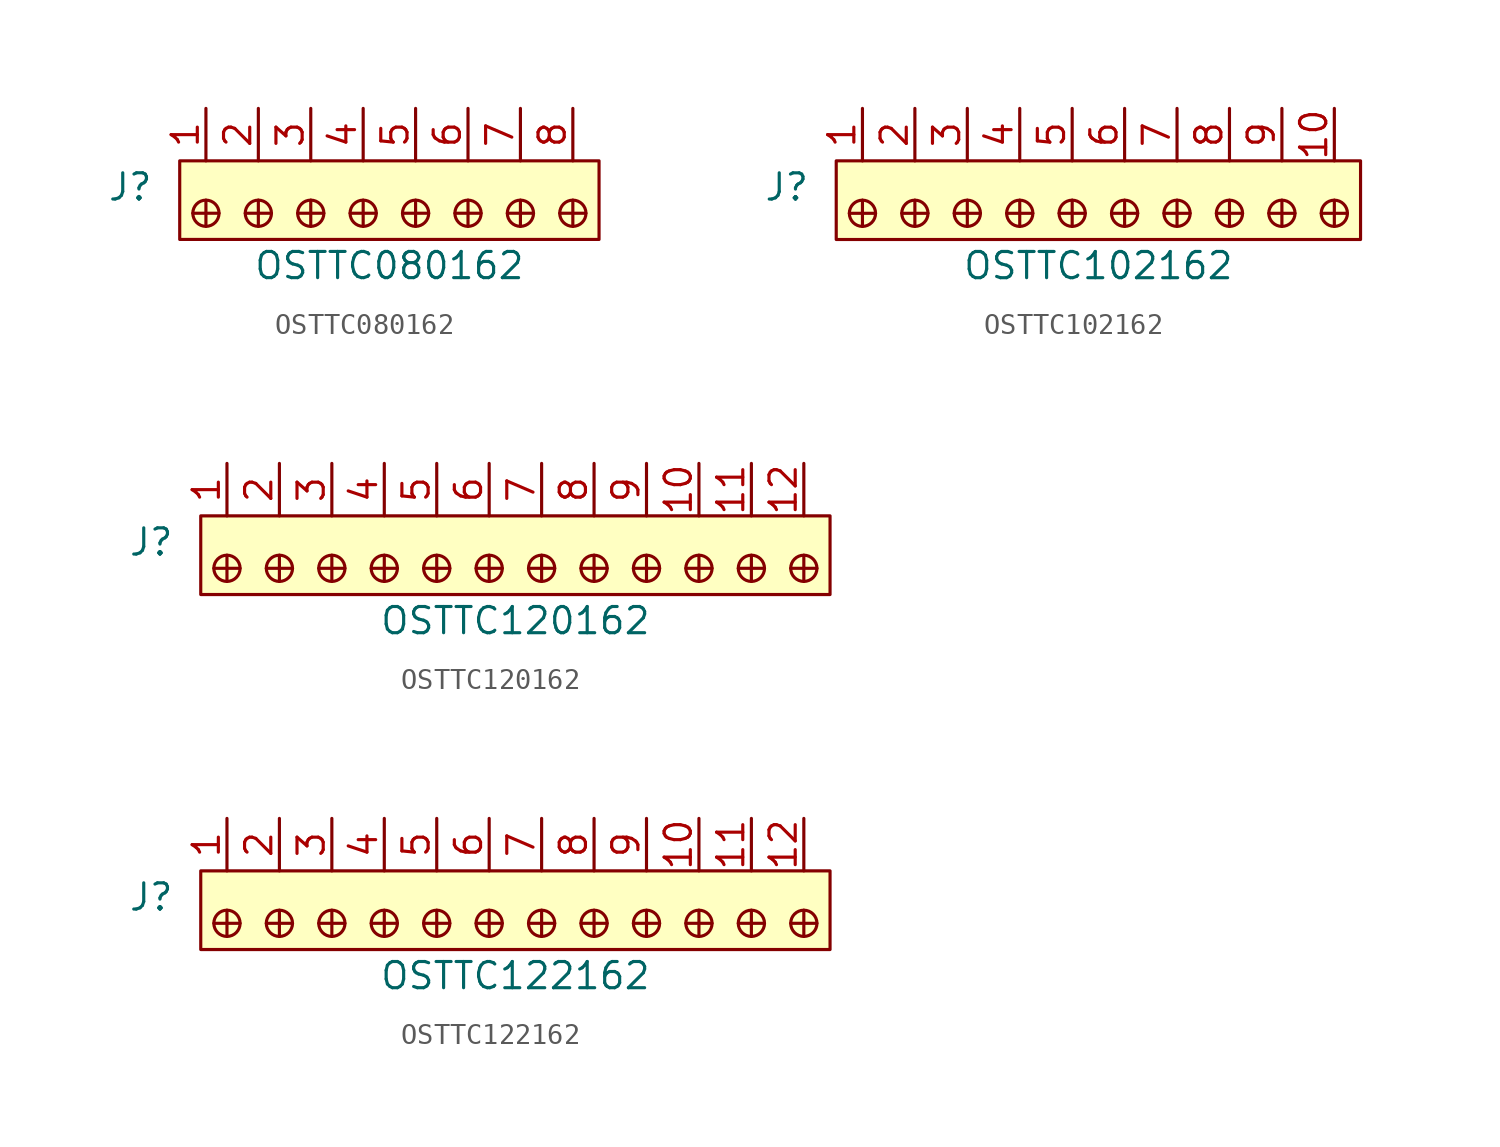
<source format=kicad_sym>
(kicad_symbol_lib
  (version 20220914)
  (generator kicad_symbol_editor)
  (symbol "OSTTC080162"
    (pin_names
      (offset 1.016))
    (property "Reference" "J"
      (at -2.54 -1.27 0)
      (effects (font (size 1.27 1.27)) (justify right)))
    (property "Value" "OSTTC080162"
      (at 8.89 -5.08 0)
      (effects (font (size 1.27 1.27))))
    (symbol "OSTTC080162_1_1"
      (rectangle (start -1.27 0) (end 19.05 -3.81) (stroke (width 0) (type solid)) (fill (type background)))
      (circle (center 0 -2.54) (radius 0.635) (stroke (width 0) (type solid)) (fill (type none)))
      (polyline (pts (xy 0 -1.905) (xy 0 -3.175)) (stroke (width 0) (type solid)) (fill (type none)))
      (polyline (pts (xy 0.635 -2.54) (xy -0.635 -2.54)) (stroke (width 0) (type solid)) (fill (type none)))
      (polyline (pts (xy 1.905 -2.54) (xy 3.175 -2.54)) (stroke (width 0) (type solid)) (fill (type none)))
      (polyline (pts (xy 2.54 -1.905) (xy 2.54 -3.175)) (stroke (width 0) (type solid)) (fill (type none)))
      (polyline (pts (xy 5.08 -1.905) (xy 5.08 -3.175)) (stroke (width 0) (type solid)) (fill (type none)))
      (polyline (pts (xy 5.715 -2.54) (xy 4.445 -2.54)) (stroke (width 0) (type solid)) (fill (type none)))
      (polyline (pts (xy 6.985 -2.54) (xy 8.255 -2.54)) (stroke (width 0) (type solid)) (fill (type none)))
      (polyline (pts (xy 7.62 -1.905) (xy 7.62 -3.175)) (stroke (width 0) (type solid)) (fill (type none)))
      (polyline (pts (xy 10.16 -1.905) (xy 10.16 -3.175)) (stroke (width 0) (type solid)) (fill (type none)))
      (polyline (pts (xy 10.795 -2.54) (xy 9.525 -2.54)) (stroke (width 0) (type solid)) (fill (type none)))
      (polyline (pts (xy 12.065 -2.54) (xy 13.335 -2.54)) (stroke (width 0) (type solid)) (fill (type none)))
      (polyline (pts (xy 12.7 -1.905) (xy 12.7 -3.175)) (stroke (width 0) (type solid)) (fill (type none)))
      (polyline (pts (xy 15.24 -1.905) (xy 15.24 -3.175)) (stroke (width 0) (type solid)) (fill (type none)))
      (polyline (pts (xy 15.875 -2.54) (xy 14.605 -2.54)) (stroke (width 0) (type solid)) (fill (type none)))
      (polyline (pts (xy 17.145 -2.54) (xy 18.415 -2.54)) (stroke (width 0) (type solid)) (fill (type none)))
      (polyline (pts (xy 17.78 -1.905) (xy 17.78 -3.175)) (stroke (width 0) (type solid)) (fill (type none)))
      (circle (center 2.54 -2.54) (radius 0.635) (stroke (width 0) (type solid)) (fill (type none)))
      (circle (center 5.08 -2.54) (radius 0.635) (stroke (width 0) (type solid)) (fill (type none)))
      (circle (center 7.62 -2.54) (radius 0.635) (stroke (width 0) (type solid)) (fill (type none)))
      (circle (center 10.16 -2.54) (radius 0.635) (stroke (width 0) (type solid)) (fill (type none)))
      (circle (center 12.7 -2.54) (radius 0.635) (stroke (width 0) (type solid)) (fill (type none)))
      (circle (center 15.24 -2.54) (radius 0.635) (stroke (width 0) (type solid)) (fill (type none)))
      (circle (center 17.78 -2.54) (radius 0.635) (stroke (width 0) (type solid)) (fill (type none)))
      (pin passive line (at 0 2.54 270) (length 2.54) (name "~" (effects (font (size 1.27 1.27)))) (number "1" (effects (font (size 1.27 1.27)))))
      (pin passive line (at 2.54 2.54 270) (length 2.54) (name "~" (effects (font (size 1.27 1.27)))) (number "2" (effects (font (size 1.27 1.27)))))
      (pin passive line (at 5.08 2.54 270) (length 2.54) (name "~" (effects (font (size 1.27 1.27)))) (number "3" (effects (font (size 1.27 1.27)))))
      (pin passive line (at 7.62 2.54 270) (length 2.54) (name "~" (effects (font (size 1.27 1.27)))) (number "4" (effects (font (size 1.27 1.27)))))
      (pin passive line (at 10.16 2.54 270) (length 2.54) (name "~" (effects (font (size 1.27 1.27)))) (number "5" (effects (font (size 1.27 1.27)))))
      (pin passive line (at 12.7 2.54 270) (length 2.54) (name "~" (effects (font (size 1.27 1.27)))) (number "6" (effects (font (size 1.27 1.27)))))
      (pin passive line (at 15.24 2.54 270) (length 2.54) (name "~" (effects (font (size 1.27 1.27)))) (number "7" (effects (font (size 1.27 1.27)))))
      (pin passive line (at 17.78 2.54 270) (length 2.54) (name "~" (effects (font (size 1.27 1.27)))) (number "8" (effects (font (size 1.27 1.27)))))))
  (symbol "OSTTC102162"
    (pin_names
      (offset 1.016))
    (property "Reference" "J"
      (at -2.54 -1.27 0)
      (effects (font (size 1.27 1.27)) (justify right)))
    (property "Value" "OSTTC102162"
      (at 11.43 -5.08 0)
      (effects (font (size 1.27 1.27))))
    (symbol "OSTTC102162_1_1"
      (rectangle (start -1.27 0) (end 24.13 -3.81) (stroke (width 0) (type solid)) (fill (type background)))
      (circle (center 0 -2.54) (radius 0.635) (stroke (width 0) (type solid)) (fill (type none)))
      (polyline (pts (xy 0 -1.905) (xy 0 -3.175)) (stroke (width 0) (type solid)) (fill (type none)))
      (polyline (pts (xy 0.635 -2.54) (xy -0.635 -2.54)) (stroke (width 0) (type solid)) (fill (type none)))
      (polyline (pts (xy 1.905 -2.54) (xy 3.175 -2.54)) (stroke (width 0) (type solid)) (fill (type none)))
      (polyline (pts (xy 2.54 -1.905) (xy 2.54 -3.175)) (stroke (width 0) (type solid)) (fill (type none)))
      (polyline (pts (xy 5.08 -1.905) (xy 5.08 -3.175)) (stroke (width 0) (type solid)) (fill (type none)))
      (polyline (pts (xy 5.715 -2.54) (xy 4.445 -2.54)) (stroke (width 0) (type solid)) (fill (type none)))
      (polyline (pts (xy 6.985 -2.54) (xy 8.255 -2.54)) (stroke (width 0) (type solid)) (fill (type none)))
      (polyline (pts (xy 7.62 -1.905) (xy 7.62 -3.175)) (stroke (width 0) (type solid)) (fill (type none)))
      (polyline (pts (xy 10.16 -1.905) (xy 10.16 -3.175)) (stroke (width 0) (type solid)) (fill (type none)))
      (polyline (pts (xy 10.795 -2.54) (xy 9.525 -2.54)) (stroke (width 0) (type solid)) (fill (type none)))
      (polyline (pts (xy 12.065 -2.54) (xy 13.335 -2.54)) (stroke (width 0) (type solid)) (fill (type none)))
      (polyline (pts (xy 12.7 -1.905) (xy 12.7 -3.175)) (stroke (width 0) (type solid)) (fill (type none)))
      (polyline (pts (xy 15.24 -1.905) (xy 15.24 -3.175)) (stroke (width 0) (type solid)) (fill (type none)))
      (polyline (pts (xy 15.875 -2.54) (xy 14.605 -2.54)) (stroke (width 0) (type solid)) (fill (type none)))
      (polyline (pts (xy 17.145 -2.54) (xy 18.415 -2.54)) (stroke (width 0) (type solid)) (fill (type none)))
      (polyline (pts (xy 17.78 -1.905) (xy 17.78 -3.175)) (stroke (width 0) (type solid)) (fill (type none)))
      (polyline (pts (xy 20.32 -1.905) (xy 20.32 -3.175)) (stroke (width 0) (type solid)) (fill (type none)))
      (polyline (pts (xy 20.955 -2.54) (xy 19.685 -2.54)) (stroke (width 0) (type solid)) (fill (type none)))
      (polyline (pts (xy 22.225 -2.54) (xy 23.495 -2.54)) (stroke (width 0) (type solid)) (fill (type none)))
      (polyline (pts (xy 22.86 -1.905) (xy 22.86 -3.175)) (stroke (width 0) (type solid)) (fill (type none)))
      (circle (center 2.54 -2.54) (radius 0.635) (stroke (width 0) (type solid)) (fill (type none)))
      (circle (center 5.08 -2.54) (radius 0.635) (stroke (width 0) (type solid)) (fill (type none)))
      (circle (center 7.62 -2.54) (radius 0.635) (stroke (width 0) (type solid)) (fill (type none)))
      (circle (center 10.16 -2.54) (radius 0.635) (stroke (width 0) (type solid)) (fill (type none)))
      (circle (center 12.7 -2.54) (radius 0.635) (stroke (width 0) (type solid)) (fill (type none)))
      (circle (center 15.24 -2.54) (radius 0.635) (stroke (width 0) (type solid)) (fill (type none)))
      (circle (center 17.78 -2.54) (radius 0.635) (stroke (width 0) (type solid)) (fill (type none)))
      (circle (center 20.32 -2.54) (radius 0.635) (stroke (width 0) (type solid)) (fill (type none)))
      (circle (center 22.86 -2.54) (radius 0.635) (stroke (width 0) (type solid)) (fill (type none)))
      (pin passive line (at 0 2.54 270) (length 2.54) (name "~" (effects (font (size 1.27 1.27)))) (number "1" (effects (font (size 1.27 1.27)))))
      (pin passive line (at 22.86 2.54 270) (length 2.54) (name "~" (effects (font (size 1.27 1.27)))) (number "10" (effects (font (size 1.27 1.27)))))
      (pin passive line (at 2.54 2.54 270) (length 2.54) (name "~" (effects (font (size 1.27 1.27)))) (number "2" (effects (font (size 1.27 1.27)))))
      (pin passive line (at 5.08 2.54 270) (length 2.54) (name "~" (effects (font (size 1.27 1.27)))) (number "3" (effects (font (size 1.27 1.27)))))
      (pin passive line (at 7.62 2.54 270) (length 2.54) (name "~" (effects (font (size 1.27 1.27)))) (number "4" (effects (font (size 1.27 1.27)))))
      (pin passive line (at 10.16 2.54 270) (length 2.54) (name "~" (effects (font (size 1.27 1.27)))) (number "5" (effects (font (size 1.27 1.27)))))
      (pin passive line (at 12.7 2.54 270) (length 2.54) (name "~" (effects (font (size 1.27 1.27)))) (number "6" (effects (font (size 1.27 1.27)))))
      (pin passive line (at 15.24 2.54 270) (length 2.54) (name "~" (effects (font (size 1.27 1.27)))) (number "7" (effects (font (size 1.27 1.27)))))
      (pin passive line (at 17.78 2.54 270) (length 2.54) (name "~" (effects (font (size 1.27 1.27)))) (number "8" (effects (font (size 1.27 1.27)))))
      (pin passive line (at 20.32 2.54 270) (length 2.54) (name "~" (effects (font (size 1.27 1.27)))) (number "9" (effects (font (size 1.27 1.27)))))))
  (symbol "OSTTC120162"
    (pin_names
      (offset 1.016))
    (property "Reference" "J"
      (at -2.54 -1.27 0)
      (effects (font (size 1.27 1.27)) (justify right)))
    (property "Value" "OSTTC120162"
      (at 13.97 -5.08 0)
      (effects (font (size 1.27 1.27))))
    (symbol "OSTTC120162_1_1"
      (rectangle (start -1.27 0) (end 29.21 -3.81) (stroke (width 0) (type solid)) (fill (type background)))
      (circle (center 0 -2.54) (radius 0.635) (stroke (width 0) (type solid)) (fill (type none)))
      (polyline (pts (xy 0 -1.905) (xy 0 -3.175)) (stroke (width 0) (type solid)) (fill (type none)))
      (polyline (pts (xy 0.635 -2.54) (xy -0.635 -2.54)) (stroke (width 0) (type solid)) (fill (type none)))
      (polyline (pts (xy 1.905 -2.54) (xy 3.175 -2.54)) (stroke (width 0) (type solid)) (fill (type none)))
      (polyline (pts (xy 2.54 -1.905) (xy 2.54 -3.175)) (stroke (width 0) (type solid)) (fill (type none)))
      (polyline (pts (xy 5.08 -1.905) (xy 5.08 -3.175)) (stroke (width 0) (type solid)) (fill (type none)))
      (polyline (pts (xy 5.715 -2.54) (xy 4.445 -2.54)) (stroke (width 0) (type solid)) (fill (type none)))
      (polyline (pts (xy 6.985 -2.54) (xy 8.255 -2.54)) (stroke (width 0) (type solid)) (fill (type none)))
      (polyline (pts (xy 7.62 -1.905) (xy 7.62 -3.175)) (stroke (width 0) (type solid)) (fill (type none)))
      (polyline (pts (xy 10.16 -1.905) (xy 10.16 -3.175)) (stroke (width 0) (type solid)) (fill (type none)))
      (polyline (pts (xy 10.795 -2.54) (xy 9.525 -2.54)) (stroke (width 0) (type solid)) (fill (type none)))
      (polyline (pts (xy 12.065 -2.54) (xy 13.335 -2.54)) (stroke (width 0) (type solid)) (fill (type none)))
      (polyline (pts (xy 12.7 -1.905) (xy 12.7 -3.175)) (stroke (width 0) (type solid)) (fill (type none)))
      (polyline (pts (xy 15.24 -1.905) (xy 15.24 -3.175)) (stroke (width 0) (type solid)) (fill (type none)))
      (polyline (pts (xy 15.875 -2.54) (xy 14.605 -2.54)) (stroke (width 0) (type solid)) (fill (type none)))
      (polyline (pts (xy 17.145 -2.54) (xy 18.415 -2.54)) (stroke (width 0) (type solid)) (fill (type none)))
      (polyline (pts (xy 17.78 -1.905) (xy 17.78 -3.175)) (stroke (width 0) (type solid)) (fill (type none)))
      (polyline (pts (xy 20.32 -1.905) (xy 20.32 -3.175)) (stroke (width 0) (type solid)) (fill (type none)))
      (polyline (pts (xy 20.955 -2.54) (xy 19.685 -2.54)) (stroke (width 0) (type solid)) (fill (type none)))
      (polyline (pts (xy 22.225 -2.54) (xy 23.495 -2.54)) (stroke (width 0) (type solid)) (fill (type none)))
      (polyline (pts (xy 22.86 -1.905) (xy 22.86 -3.175)) (stroke (width 0) (type solid)) (fill (type none)))
      (polyline (pts (xy 25.4 -1.905) (xy 25.4 -3.175)) (stroke (width 0) (type solid)) (fill (type none)))
      (polyline (pts (xy 26.035 -2.54) (xy 24.765 -2.54)) (stroke (width 0) (type solid)) (fill (type none)))
      (polyline (pts (xy 27.305 -2.54) (xy 28.575 -2.54)) (stroke (width 0) (type solid)) (fill (type none)))
      (polyline (pts (xy 27.94 -1.905) (xy 27.94 -3.175)) (stroke (width 0) (type solid)) (fill (type none)))
      (circle (center 2.54 -2.54) (radius 0.635) (stroke (width 0) (type solid)) (fill (type none)))
      (circle (center 5.08 -2.54) (radius 0.635) (stroke (width 0) (type solid)) (fill (type none)))
      (circle (center 7.62 -2.54) (radius 0.635) (stroke (width 0) (type solid)) (fill (type none)))
      (circle (center 10.16 -2.54) (radius 0.635) (stroke (width 0) (type solid)) (fill (type none)))
      (circle (center 12.7 -2.54) (radius 0.635) (stroke (width 0) (type solid)) (fill (type none)))
      (circle (center 15.24 -2.54) (radius 0.635) (stroke (width 0) (type solid)) (fill (type none)))
      (circle (center 17.78 -2.54) (radius 0.635) (stroke (width 0) (type solid)) (fill (type none)))
      (circle (center 20.32 -2.54) (radius 0.635) (stroke (width 0) (type solid)) (fill (type none)))
      (circle (center 22.86 -2.54) (radius 0.635) (stroke (width 0) (type solid)) (fill (type none)))
      (circle (center 25.4 -2.54) (radius 0.635) (stroke (width 0) (type solid)) (fill (type none)))
      (circle (center 27.94 -2.54) (radius 0.635) (stroke (width 0) (type solid)) (fill (type none)))
      (pin passive line (at 0 2.54 270) (length 2.54) (name "~" (effects (font (size 1.27 1.27)))) (number "1" (effects (font (size 1.27 1.27)))))
      (pin passive line (at 22.86 2.54 270) (length 2.54) (name "~" (effects (font (size 1.27 1.27)))) (number "10" (effects (font (size 1.27 1.27)))))
      (pin passive line (at 25.4 2.54 270) (length 2.54) (name "~" (effects (font (size 1.27 1.27)))) (number "11" (effects (font (size 1.27 1.27)))))
      (pin passive line (at 27.94 2.54 270) (length 2.54) (name "~" (effects (font (size 1.27 1.27)))) (number "12" (effects (font (size 1.27 1.27)))))
      (pin passive line (at 2.54 2.54 270) (length 2.54) (name "~" (effects (font (size 1.27 1.27)))) (number "2" (effects (font (size 1.27 1.27)))))
      (pin passive line (at 5.08 2.54 270) (length 2.54) (name "~" (effects (font (size 1.27 1.27)))) (number "3" (effects (font (size 1.27 1.27)))))
      (pin passive line (at 7.62 2.54 270) (length 2.54) (name "~" (effects (font (size 1.27 1.27)))) (number "4" (effects (font (size 1.27 1.27)))))
      (pin passive line (at 10.16 2.54 270) (length 2.54) (name "~" (effects (font (size 1.27 1.27)))) (number "5" (effects (font (size 1.27 1.27)))))
      (pin passive line (at 12.7 2.54 270) (length 2.54) (name "~" (effects (font (size 1.27 1.27)))) (number "6" (effects (font (size 1.27 1.27)))))
      (pin passive line (at 15.24 2.54 270) (length 2.54) (name "~" (effects (font (size 1.27 1.27)))) (number "7" (effects (font (size 1.27 1.27)))))
      (pin passive line (at 17.78 2.54 270) (length 2.54) (name "~" (effects (font (size 1.27 1.27)))) (number "8" (effects (font (size 1.27 1.27)))))
      (pin passive line (at 20.32 2.54 270) (length 2.54) (name "~" (effects (font (size 1.27 1.27)))) (number "9" (effects (font (size 1.27 1.27)))))))
  (symbol "OSTTC122162"
    (pin_names
      (offset 1.016))
    (property "Reference" "J"
      (at -2.54 -1.27 0)
      (effects (font (size 1.27 1.27)) (justify right)))
    (property "Value" "OSTTC122162"
      (at 13.97 -5.08 0)
      (effects (font (size 1.27 1.27))))
    (symbol "OSTTC122162_1_1"
      (rectangle (start -1.27 0) (end 29.21 -3.81) (stroke (width 0) (type solid)) (fill (type background)))
      (circle (center 0 -2.54) (radius 0.635) (stroke (width 0) (type solid)) (fill (type none)))
      (polyline (pts (xy 0 -1.905) (xy 0 -3.175)) (stroke (width 0) (type solid)) (fill (type none)))
      (polyline (pts (xy 0.635 -2.54) (xy -0.635 -2.54)) (stroke (width 0) (type solid)) (fill (type none)))
      (polyline (pts (xy 1.905 -2.54) (xy 3.175 -2.54)) (stroke (width 0) (type solid)) (fill (type none)))
      (polyline (pts (xy 2.54 -1.905) (xy 2.54 -3.175)) (stroke (width 0) (type solid)) (fill (type none)))
      (polyline (pts (xy 5.08 -1.905) (xy 5.08 -3.175)) (stroke (width 0) (type solid)) (fill (type none)))
      (polyline (pts (xy 5.715 -2.54) (xy 4.445 -2.54)) (stroke (width 0) (type solid)) (fill (type none)))
      (polyline (pts (xy 6.985 -2.54) (xy 8.255 -2.54)) (stroke (width 0) (type solid)) (fill (type none)))
      (polyline (pts (xy 7.62 -1.905) (xy 7.62 -3.175)) (stroke (width 0) (type solid)) (fill (type none)))
      (polyline (pts (xy 10.16 -1.905) (xy 10.16 -3.175)) (stroke (width 0) (type solid)) (fill (type none)))
      (polyline (pts (xy 10.795 -2.54) (xy 9.525 -2.54)) (stroke (width 0) (type solid)) (fill (type none)))
      (polyline (pts (xy 12.065 -2.54) (xy 13.335 -2.54)) (stroke (width 0) (type solid)) (fill (type none)))
      (polyline (pts (xy 12.7 -1.905) (xy 12.7 -3.175)) (stroke (width 0) (type solid)) (fill (type none)))
      (polyline (pts (xy 15.24 -1.905) (xy 15.24 -3.175)) (stroke (width 0) (type solid)) (fill (type none)))
      (polyline (pts (xy 15.875 -2.54) (xy 14.605 -2.54)) (stroke (width 0) (type solid)) (fill (type none)))
      (polyline (pts (xy 17.145 -2.54) (xy 18.415 -2.54)) (stroke (width 0) (type solid)) (fill (type none)))
      (polyline (pts (xy 17.78 -1.905) (xy 17.78 -3.175)) (stroke (width 0) (type solid)) (fill (type none)))
      (polyline (pts (xy 20.32 -1.905) (xy 20.32 -3.175)) (stroke (width 0) (type solid)) (fill (type none)))
      (polyline (pts (xy 20.955 -2.54) (xy 19.685 -2.54)) (stroke (width 0) (type solid)) (fill (type none)))
      (polyline (pts (xy 22.225 -2.54) (xy 23.495 -2.54)) (stroke (width 0) (type solid)) (fill (type none)))
      (polyline (pts (xy 22.86 -1.905) (xy 22.86 -3.175)) (stroke (width 0) (type solid)) (fill (type none)))
      (polyline (pts (xy 25.4 -1.905) (xy 25.4 -3.175)) (stroke (width 0) (type solid)) (fill (type none)))
      (polyline (pts (xy 26.035 -2.54) (xy 24.765 -2.54)) (stroke (width 0) (type solid)) (fill (type none)))
      (polyline (pts (xy 27.305 -2.54) (xy 28.575 -2.54)) (stroke (width 0) (type solid)) (fill (type none)))
      (polyline (pts (xy 27.94 -1.905) (xy 27.94 -3.175)) (stroke (width 0) (type solid)) (fill (type none)))
      (circle (center 2.54 -2.54) (radius 0.635) (stroke (width 0) (type solid)) (fill (type none)))
      (circle (center 5.08 -2.54) (radius 0.635) (stroke (width 0) (type solid)) (fill (type none)))
      (circle (center 7.62 -2.54) (radius 0.635) (stroke (width 0) (type solid)) (fill (type none)))
      (circle (center 10.16 -2.54) (radius 0.635) (stroke (width 0) (type solid)) (fill (type none)))
      (circle (center 12.7 -2.54) (radius 0.635) (stroke (width 0) (type solid)) (fill (type none)))
      (circle (center 15.24 -2.54) (radius 0.635) (stroke (width 0) (type solid)) (fill (type none)))
      (circle (center 17.78 -2.54) (radius 0.635) (stroke (width 0) (type solid)) (fill (type none)))
      (circle (center 20.32 -2.54) (radius 0.635) (stroke (width 0) (type solid)) (fill (type none)))
      (circle (center 22.86 -2.54) (radius 0.635) (stroke (width 0) (type solid)) (fill (type none)))
      (circle (center 25.4 -2.54) (radius 0.635) (stroke (width 0) (type solid)) (fill (type none)))
      (circle (center 27.94 -2.54) (radius 0.635) (stroke (width 0) (type solid)) (fill (type none)))
      (pin passive line (at 0 2.54 270) (length 2.54) (name "~" (effects (font (size 1.27 1.27)))) (number "1" (effects (font (size 1.27 1.27)))))
      (pin passive line (at 22.86 2.54 270) (length 2.54) (name "~" (effects (font (size 1.27 1.27)))) (number "10" (effects (font (size 1.27 1.27)))))
      (pin passive line (at 25.4 2.54 270) (length 2.54) (name "~" (effects (font (size 1.27 1.27)))) (number "11" (effects (font (size 1.27 1.27)))))
      (pin passive line (at 27.94 2.54 270) (length 2.54) (name "~" (effects (font (size 1.27 1.27)))) (number "12" (effects (font (size 1.27 1.27)))))
      (pin passive line (at 2.54 2.54 270) (length 2.54) (name "~" (effects (font (size 1.27 1.27)))) (number "2" (effects (font (size 1.27 1.27)))))
      (pin passive line (at 5.08 2.54 270) (length 2.54) (name "~" (effects (font (size 1.27 1.27)))) (number "3" (effects (font (size 1.27 1.27)))))
      (pin passive line (at 7.62 2.54 270) (length 2.54) (name "~" (effects (font (size 1.27 1.27)))) (number "4" (effects (font (size 1.27 1.27)))))
      (pin passive line (at 10.16 2.54 270) (length 2.54) (name "~" (effects (font (size 1.27 1.27)))) (number "5" (effects (font (size 1.27 1.27)))))
      (pin passive line (at 12.7 2.54 270) (length 2.54) (name "~" (effects (font (size 1.27 1.27)))) (number "6" (effects (font (size 1.27 1.27)))))
      (pin passive line (at 15.24 2.54 270) (length 2.54) (name "~" (effects (font (size 1.27 1.27)))) (number "7" (effects (font (size 1.27 1.27)))))
      (pin passive line (at 17.78 2.54 270) (length 2.54) (name "~" (effects (font (size 1.27 1.27)))) (number "8" (effects (font (size 1.27 1.27)))))
      (pin passive line (at 20.32 2.54 270) (length 2.54) (name "~" (effects (font (size 1.27 1.27)))) (number "9" (effects (font (size 1.27 1.27))))))))
</source>
